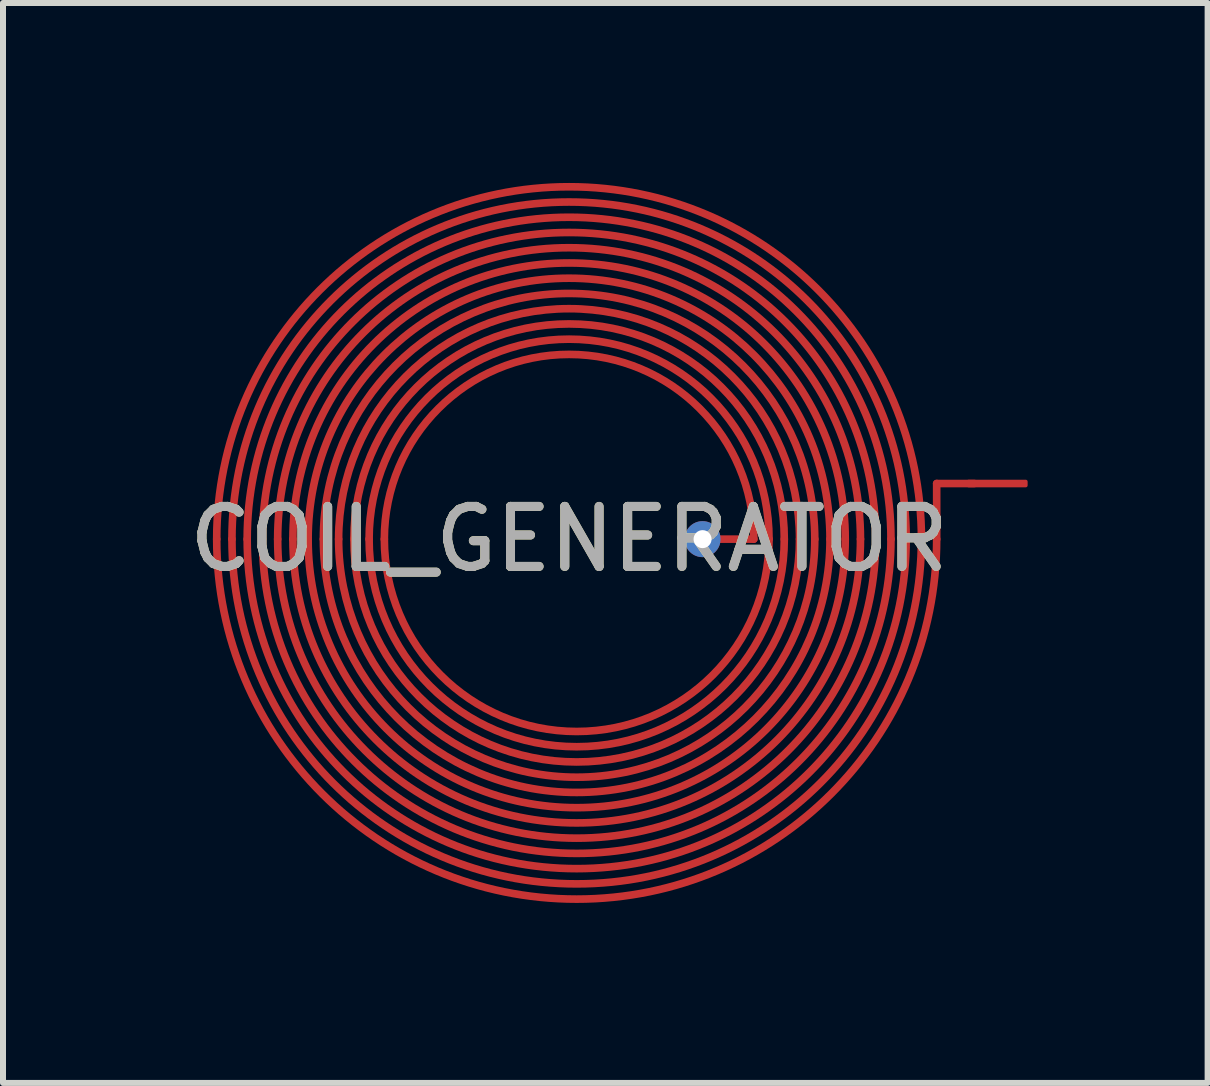
<source format=kicad_pcb>
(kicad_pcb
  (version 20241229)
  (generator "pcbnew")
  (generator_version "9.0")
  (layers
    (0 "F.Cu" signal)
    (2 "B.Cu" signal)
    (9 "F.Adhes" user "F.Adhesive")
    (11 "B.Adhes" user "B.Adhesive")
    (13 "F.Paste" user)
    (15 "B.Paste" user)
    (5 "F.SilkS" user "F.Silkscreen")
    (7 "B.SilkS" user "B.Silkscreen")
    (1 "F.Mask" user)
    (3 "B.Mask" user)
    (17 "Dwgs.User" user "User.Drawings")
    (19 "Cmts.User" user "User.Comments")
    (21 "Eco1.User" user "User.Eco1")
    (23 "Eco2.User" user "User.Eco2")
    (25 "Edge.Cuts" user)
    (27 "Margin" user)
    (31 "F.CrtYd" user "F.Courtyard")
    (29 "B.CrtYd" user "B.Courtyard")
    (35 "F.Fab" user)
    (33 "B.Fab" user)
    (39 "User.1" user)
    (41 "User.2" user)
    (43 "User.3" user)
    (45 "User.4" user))
  (footprint "COIL_GENERATOR"
    (layer "F.Cu")
    (at 6.435 5.936)
    (property "Reference" "COIL_GENERATOR" (at 0 0 0) (unlocked yes) (layer "F.SilkS") (effects (font (size 1 1) (thickness 0.15))))
    (attr smd exclude_from_pos_files exclude_from_bom allow_missing_courtyard)
    (fp_line (start 3.079 0) (end 2.225 0) (stroke (width 0.127) (type default)) (layer "F.Cu"))
    (fp_line (start 6.127 -0.927) (end 6.754 -0.927) (stroke (width 0.127) (type default)) (layer "F.Cu"))
    (fp_line (start 6.127 0) (end 6.127 -0.927) (stroke (width 0.127) (type default)) (layer "F.Cu"))
    (fp_arc (start -5.873 0) (mid 0 -5.873) (end 5.873 0) (stroke (width 0.127) (type default)) (layer "F.Cu"))
    (fp_arc (start -5.619 0) (mid 0 -5.619) (end 5.619 0) (stroke (width 0.127) (type default)) (layer "F.Cu"))
    (fp_arc (start -5.365 0) (mid 0 -5.365) (end 5.365 0) (stroke (width 0.127) (type default)) (layer "F.Cu"))
    (fp_arc (start -5.111 0) (mid 0 -5.111) (end 5.111 0) (stroke (width 0.127) (type default)) (layer "F.Cu"))
    (fp_arc (start -4.857 0) (mid 0 -4.857) (end 4.857 0) (stroke (width 0.127) (type default)) (layer "F.Cu"))
    (fp_arc (start -4.603 0) (mid 0 -4.603) (end 4.603 0) (stroke (width 0.127) (type default)) (layer "F.Cu"))
    (fp_arc (start -4.349 0) (mid 0 -4.349) (end 4.349 0) (stroke (width 0.127) (type default)) (layer "F.Cu"))
    (fp_arc (start -4.095 0) (mid 0 -4.095) (end 4.095 0) (stroke (width 0.127) (type default)) (layer "F.Cu"))
    (fp_arc (start -3.841 0) (mid 0 -3.841) (end 3.841 0) (stroke (width 0.127) (type default)) (layer "F.Cu"))
    (fp_arc (start -3.587 0) (mid 0 -3.587) (end 3.587 0) (stroke (width 0.127) (type default)) (layer "F.Cu"))
    (fp_arc (start -3.333 0) (mid 0 -3.333) (end 3.333 0) (stroke (width 0.127) (type default)) (layer "F.Cu"))
    (fp_arc (start -3.079 0) (mid 0 -3.079) (end 3.079 0) (stroke (width 0.127) (type default)) (layer "F.Cu"))
    (fp_arc (start 3.333 0) (mid 0.127 3.206) (end -3.079 0) (stroke (width 0.127) (type default)) (layer "F.Cu"))
    (fp_arc (start 3.587 0) (mid 0.127 3.46) (end -3.333 0) (stroke (width 0.127) (type default)) (layer "F.Cu"))
    (fp_arc (start 3.841 0) (mid 0.127 3.714) (end -3.587 0) (stroke (width 0.127) (type default)) (layer "F.Cu"))
    (fp_arc (start 4.095 0) (mid 0.127 3.968) (end -3.841 0) (stroke (width 0.127) (type default)) (layer "F.Cu"))
    (fp_arc (start 4.349 0) (mid 0.127 4.222) (end -4.095 0) (stroke (width 0.127) (type default)) (layer "F.Cu"))
    (fp_arc (start 4.603 0) (mid 0.127 4.476) (end -4.349 0) (stroke (width 0.127) (type default)) (layer "F.Cu"))
    (fp_arc (start 4.857 0) (mid 0.127 4.73) (end -4.603 0) (stroke (width 0.127) (type default)) (layer "F.Cu"))
    (fp_arc (start 5.111 0) (mid 0.127 4.984) (end -4.857 0) (stroke (width 0.127) (type default)) (layer "F.Cu"))
    (fp_arc (start 5.365 0) (mid 0.127 5.238) (end -5.111 0) (stroke (width 0.127) (type default)) (layer "F.Cu"))
    (fp_arc (start 5.619 0) (mid 0.127 5.492) (end -5.365 0) (stroke (width 0.127) (type default)) (layer "F.Cu"))
    (fp_arc (start 5.873 0) (mid 0.127 5.746) (end -5.619 0) (stroke (width 0.127) (type default)) (layer "F.Cu"))
    (fp_arc (start 6.127 0) (mid 0.127 6) (end -5.873 0) (stroke (width 0.127) (type default)) (layer "F.Cu"))
    (fp_text user "${REFERENCE}" (at 0 0 0) (unlocked yes) (layer "F.Fab") (effects (font (size 1 1) (thickness 0.15))))
    (pad "1" smd roundrect (at 7.135 -0.927) (size 1.016 0.127) (layers "F.Cu") (roundrect_rratio 0.25))
    (pad "2" thru_hole circle (at 2.225 0) (size 0.6 0.6) (drill 0.3) (layers "*.Cu") (remove_unused_layers yes) (keep_end_layers yes) (zone_layer_connections)))
  (gr_rect
    (start -3 -3)
    (end 17.078 15)
    (stroke (width 0.1) (type default))
    (fill no)
    (layer "Edge.Cuts")))
</source>
